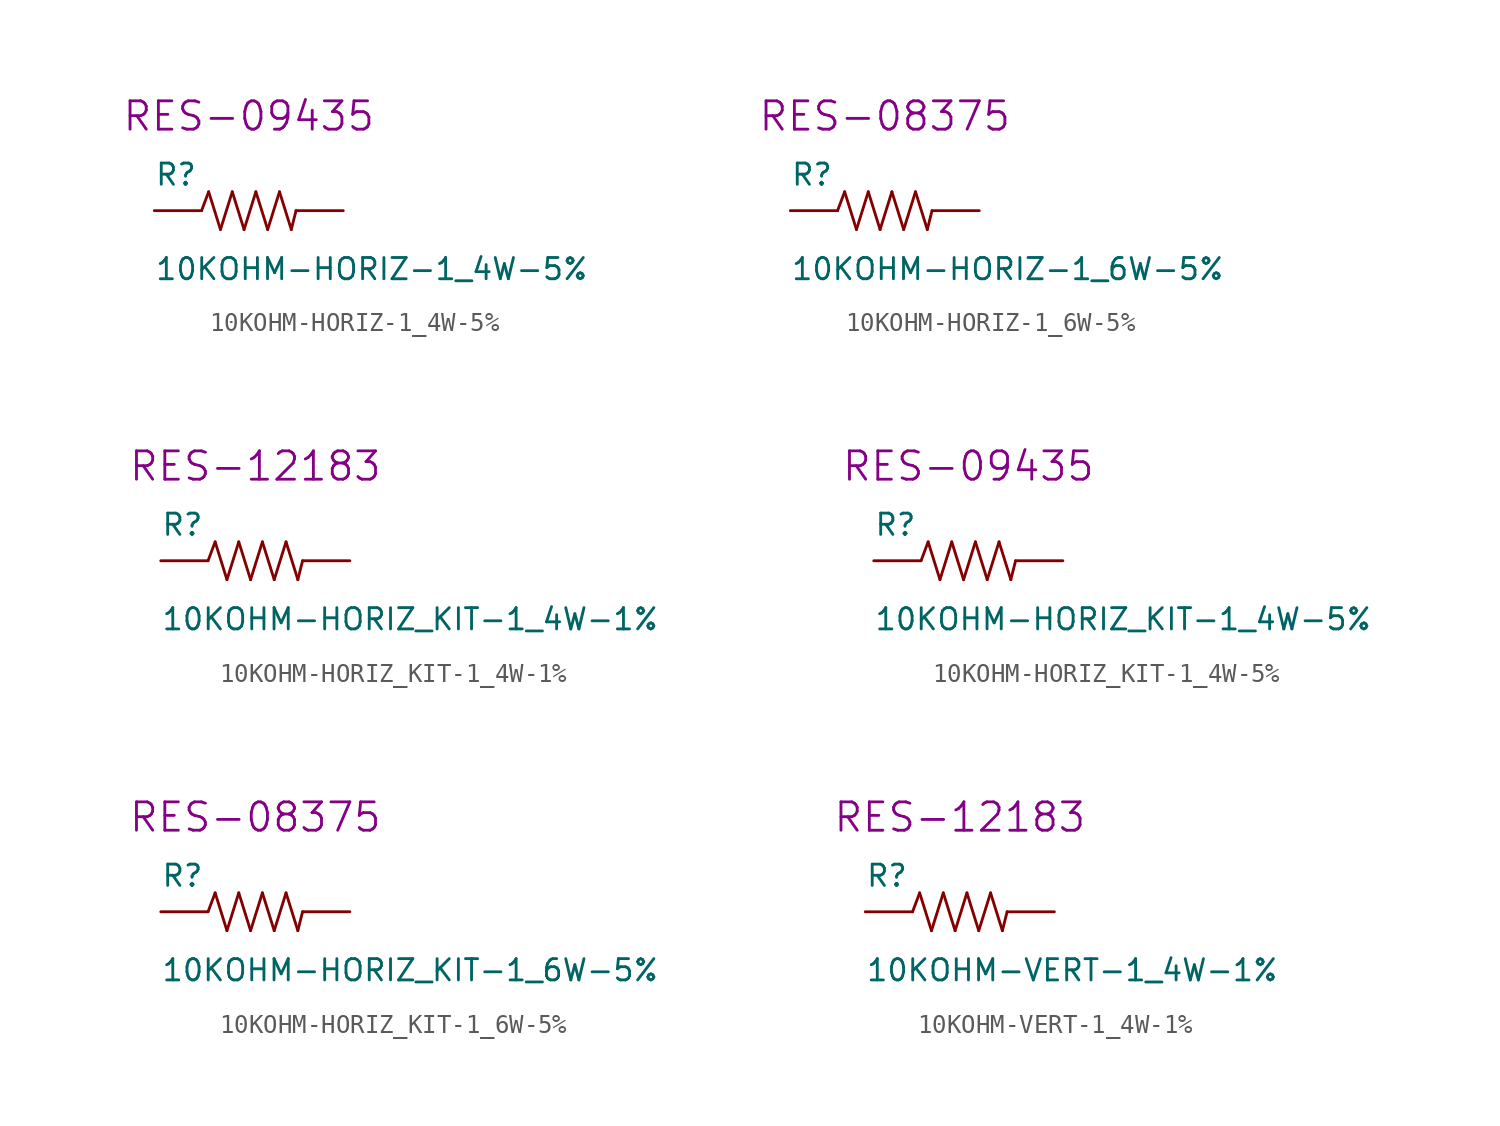
<source format=kicad_sym>
(kicad_symbol_lib
  (version 20220914)
  (generator kicad_symbol_editor)
  (symbol "10KOHM-HORIZ-1_4W-5%"
    (pin_numbers hide)
    (pin_names
      (offset 1.016) hide)
    (property "Reference" "R"
      (at -5.08 1.27 0)
      (effects (font (size 1.143 1.143)) (justify left bottom)))
    (property "Value" "10KOHM-HORIZ-1_4W-5%"
      (at -5.08 -3.81 0)
      (effects (font (size 1.143 1.143)) (justify left bottom)))
    (property "Field4" "RES-09435"
      (at 0 5.08 0)
      (effects (font (size 1.524 1.524))))
    (property "ki_locked" ""
      (at 0 0 0)
      (effects (font (size 1.27 1.27))))
    (symbol "10KOHM-HORIZ-1_4W-5%_1_0"
      (polyline (pts (xy -2.54 0) (xy -2.159 1.016)) (stroke (width 0) (type solid)) (fill (type none)))
      (polyline (pts (xy -2.159 1.016) (xy -1.524 -1.016)) (stroke (width 0) (type solid)) (fill (type none)))
      (polyline (pts (xy -1.524 -1.016) (xy -0.889 1.016)) (stroke (width 0) (type solid)) (fill (type none)))
      (polyline (pts (xy -0.889 1.016) (xy -0.254 -1.016)) (stroke (width 0) (type solid)) (fill (type none)))
      (polyline (pts (xy -0.254 -1.016) (xy 0.381 1.016)) (stroke (width 0) (type solid)) (fill (type none)))
      (polyline (pts (xy 0.381 1.016) (xy 1.016 -1.016)) (stroke (width 0) (type solid)) (fill (type none)))
      (polyline (pts (xy 1.016 -1.016) (xy 1.651 1.016)) (stroke (width 0) (type solid)) (fill (type none)))
      (polyline (pts (xy 1.651 1.016) (xy 2.286 -1.016)) (stroke (width 0) (type solid)) (fill (type none)))
      (polyline (pts (xy 2.286 -1.016) (xy 2.54 0)) (stroke (width 0) (type solid)) (fill (type none))))
    (symbol "10KOHM-HORIZ-1_4W-5%_1_1"
      (pin passive line (at -5.08 0 0) (length 2.54) (name "1" (effects (font (size 1.016 1.016)))) (number "P$1" (effects (font (size 1.016 1.016)))))
      (pin passive line (at 5.08 0 180) (length 2.54) (name "2" (effects (font (size 1.016 1.016)))) (number "P$2" (effects (font (size 1.016 1.016)))))))
  (symbol "10KOHM-HORIZ-1_6W-5%"
    (pin_numbers hide)
    (pin_names
      (offset 1.016) hide)
    (property "Reference" "R"
      (at -5.08 1.27 0)
      (effects (font (size 1.143 1.143)) (justify left bottom)))
    (property "Value" "10KOHM-HORIZ-1_6W-5%"
      (at -5.08 -3.81 0)
      (effects (font (size 1.143 1.143)) (justify left bottom)))
    (property "Field4" "RES-08375"
      (at 0 5.08 0)
      (effects (font (size 1.524 1.524))))
    (property "ki_locked" ""
      (at 0 0 0)
      (effects (font (size 1.27 1.27))))
    (symbol "10KOHM-HORIZ-1_6W-5%_1_0"
      (polyline (pts (xy -2.54 0) (xy -2.159 1.016)) (stroke (width 0) (type solid)) (fill (type none)))
      (polyline (pts (xy -2.159 1.016) (xy -1.524 -1.016)) (stroke (width 0) (type solid)) (fill (type none)))
      (polyline (pts (xy -1.524 -1.016) (xy -0.889 1.016)) (stroke (width 0) (type solid)) (fill (type none)))
      (polyline (pts (xy -0.889 1.016) (xy -0.254 -1.016)) (stroke (width 0) (type solid)) (fill (type none)))
      (polyline (pts (xy -0.254 -1.016) (xy 0.381 1.016)) (stroke (width 0) (type solid)) (fill (type none)))
      (polyline (pts (xy 0.381 1.016) (xy 1.016 -1.016)) (stroke (width 0) (type solid)) (fill (type none)))
      (polyline (pts (xy 1.016 -1.016) (xy 1.651 1.016)) (stroke (width 0) (type solid)) (fill (type none)))
      (polyline (pts (xy 1.651 1.016) (xy 2.286 -1.016)) (stroke (width 0) (type solid)) (fill (type none)))
      (polyline (pts (xy 2.286 -1.016) (xy 2.54 0)) (stroke (width 0) (type solid)) (fill (type none))))
    (symbol "10KOHM-HORIZ-1_6W-5%_1_1"
      (pin passive line (at -5.08 0 0) (length 2.54) (name "1" (effects (font (size 1.016 1.016)))) (number "P$1" (effects (font (size 1.016 1.016)))))
      (pin passive line (at 5.08 0 180) (length 2.54) (name "2" (effects (font (size 1.016 1.016)))) (number "P$2" (effects (font (size 1.016 1.016)))))))
  (symbol "10KOHM-HORIZ_KIT-1_4W-1%"
    (pin_numbers hide)
    (pin_names
      (offset 1.016) hide)
    (property "Reference" "R"
      (at -5.08 1.27 0)
      (effects (font (size 1.143 1.143)) (justify left bottom)))
    (property "Value" "10KOHM-HORIZ_KIT-1_4W-1%"
      (at -5.08 -3.81 0)
      (effects (font (size 1.143 1.143)) (justify left bottom)))
    (property "Field4" "RES-12183"
      (at 0 5.08 0)
      (effects (font (size 1.524 1.524))))
    (property "ki_locked" ""
      (at 0 0 0)
      (effects (font (size 1.27 1.27))))
    (symbol "10KOHM-HORIZ_KIT-1_4W-1%_1_0"
      (polyline (pts (xy -2.54 0) (xy -2.159 1.016)) (stroke (width 0) (type solid)) (fill (type none)))
      (polyline (pts (xy -2.159 1.016) (xy -1.524 -1.016)) (stroke (width 0) (type solid)) (fill (type none)))
      (polyline (pts (xy -1.524 -1.016) (xy -0.889 1.016)) (stroke (width 0) (type solid)) (fill (type none)))
      (polyline (pts (xy -0.889 1.016) (xy -0.254 -1.016)) (stroke (width 0) (type solid)) (fill (type none)))
      (polyline (pts (xy -0.254 -1.016) (xy 0.381 1.016)) (stroke (width 0) (type solid)) (fill (type none)))
      (polyline (pts (xy 0.381 1.016) (xy 1.016 -1.016)) (stroke (width 0) (type solid)) (fill (type none)))
      (polyline (pts (xy 1.016 -1.016) (xy 1.651 1.016)) (stroke (width 0) (type solid)) (fill (type none)))
      (polyline (pts (xy 1.651 1.016) (xy 2.286 -1.016)) (stroke (width 0) (type solid)) (fill (type none)))
      (polyline (pts (xy 2.286 -1.016) (xy 2.54 0)) (stroke (width 0) (type solid)) (fill (type none))))
    (symbol "10KOHM-HORIZ_KIT-1_4W-1%_1_1"
      (pin passive line (at -5.08 0 0) (length 2.54) (name "1" (effects (font (size 1.016 1.016)))) (number "P$1" (effects (font (size 1.016 1.016)))))
      (pin passive line (at 5.08 0 180) (length 2.54) (name "2" (effects (font (size 1.016 1.016)))) (number "P$2" (effects (font (size 1.016 1.016)))))))
  (symbol "10KOHM-HORIZ_KIT-1_4W-5%"
    (pin_numbers hide)
    (pin_names
      (offset 1.016) hide)
    (property "Reference" "R"
      (at -5.08 1.27 0)
      (effects (font (size 1.143 1.143)) (justify left bottom)))
    (property "Value" "10KOHM-HORIZ_KIT-1_4W-5%"
      (at -5.08 -3.81 0)
      (effects (font (size 1.143 1.143)) (justify left bottom)))
    (property "Field4" "RES-09435"
      (at 0 5.08 0)
      (effects (font (size 1.524 1.524))))
    (property "ki_locked" ""
      (at 0 0 0)
      (effects (font (size 1.27 1.27))))
    (symbol "10KOHM-HORIZ_KIT-1_4W-5%_1_0"
      (polyline (pts (xy -2.54 0) (xy -2.159 1.016)) (stroke (width 0) (type solid)) (fill (type none)))
      (polyline (pts (xy -2.159 1.016) (xy -1.524 -1.016)) (stroke (width 0) (type solid)) (fill (type none)))
      (polyline (pts (xy -1.524 -1.016) (xy -0.889 1.016)) (stroke (width 0) (type solid)) (fill (type none)))
      (polyline (pts (xy -0.889 1.016) (xy -0.254 -1.016)) (stroke (width 0) (type solid)) (fill (type none)))
      (polyline (pts (xy -0.254 -1.016) (xy 0.381 1.016)) (stroke (width 0) (type solid)) (fill (type none)))
      (polyline (pts (xy 0.381 1.016) (xy 1.016 -1.016)) (stroke (width 0) (type solid)) (fill (type none)))
      (polyline (pts (xy 1.016 -1.016) (xy 1.651 1.016)) (stroke (width 0) (type solid)) (fill (type none)))
      (polyline (pts (xy 1.651 1.016) (xy 2.286 -1.016)) (stroke (width 0) (type solid)) (fill (type none)))
      (polyline (pts (xy 2.286 -1.016) (xy 2.54 0)) (stroke (width 0) (type solid)) (fill (type none))))
    (symbol "10KOHM-HORIZ_KIT-1_4W-5%_1_1"
      (pin passive line (at -5.08 0 0) (length 2.54) (name "1" (effects (font (size 1.016 1.016)))) (number "P$1" (effects (font (size 1.016 1.016)))))
      (pin passive line (at 5.08 0 180) (length 2.54) (name "2" (effects (font (size 1.016 1.016)))) (number "P$2" (effects (font (size 1.016 1.016)))))))
  (symbol "10KOHM-HORIZ_KIT-1_6W-5%"
    (pin_numbers hide)
    (pin_names
      (offset 1.016) hide)
    (property "Reference" "R"
      (at -5.08 1.27 0)
      (effects (font (size 1.143 1.143)) (justify left bottom)))
    (property "Value" "10KOHM-HORIZ_KIT-1_6W-5%"
      (at -5.08 -3.81 0)
      (effects (font (size 1.143 1.143)) (justify left bottom)))
    (property "Field4" "RES-08375"
      (at 0 5.08 0)
      (effects (font (size 1.524 1.524))))
    (property "ki_locked" ""
      (at 0 0 0)
      (effects (font (size 1.27 1.27))))
    (symbol "10KOHM-HORIZ_KIT-1_6W-5%_1_0"
      (polyline (pts (xy -2.54 0) (xy -2.159 1.016)) (stroke (width 0) (type solid)) (fill (type none)))
      (polyline (pts (xy -2.159 1.016) (xy -1.524 -1.016)) (stroke (width 0) (type solid)) (fill (type none)))
      (polyline (pts (xy -1.524 -1.016) (xy -0.889 1.016)) (stroke (width 0) (type solid)) (fill (type none)))
      (polyline (pts (xy -0.889 1.016) (xy -0.254 -1.016)) (stroke (width 0) (type solid)) (fill (type none)))
      (polyline (pts (xy -0.254 -1.016) (xy 0.381 1.016)) (stroke (width 0) (type solid)) (fill (type none)))
      (polyline (pts (xy 0.381 1.016) (xy 1.016 -1.016)) (stroke (width 0) (type solid)) (fill (type none)))
      (polyline (pts (xy 1.016 -1.016) (xy 1.651 1.016)) (stroke (width 0) (type solid)) (fill (type none)))
      (polyline (pts (xy 1.651 1.016) (xy 2.286 -1.016)) (stroke (width 0) (type solid)) (fill (type none)))
      (polyline (pts (xy 2.286 -1.016) (xy 2.54 0)) (stroke (width 0) (type solid)) (fill (type none))))
    (symbol "10KOHM-HORIZ_KIT-1_6W-5%_1_1"
      (pin passive line (at -5.08 0 0) (length 2.54) (name "1" (effects (font (size 1.016 1.016)))) (number "P$1" (effects (font (size 1.016 1.016)))))
      (pin passive line (at 5.08 0 180) (length 2.54) (name "2" (effects (font (size 1.016 1.016)))) (number "P$2" (effects (font (size 1.016 1.016)))))))
  (symbol "10KOHM-VERT-1_4W-1%"
    (pin_numbers hide)
    (pin_names
      (offset 1.016) hide)
    (property "Reference" "R"
      (at -5.08 1.27 0)
      (effects (font (size 1.143 1.143)) (justify left bottom)))
    (property "Value" "10KOHM-VERT-1_4W-1%"
      (at -5.08 -3.81 0)
      (effects (font (size 1.143 1.143)) (justify left bottom)))
    (property "Field4" "RES-12183"
      (at 0 5.08 0)
      (effects (font (size 1.524 1.524))))
    (property "ki_locked" ""
      (at 0 0 0)
      (effects (font (size 1.27 1.27))))
    (symbol "10KOHM-VERT-1_4W-1%_1_0"
      (polyline (pts (xy -2.54 0) (xy -2.159 1.016)) (stroke (width 0) (type solid)) (fill (type none)))
      (polyline (pts (xy -2.159 1.016) (xy -1.524 -1.016)) (stroke (width 0) (type solid)) (fill (type none)))
      (polyline (pts (xy -1.524 -1.016) (xy -0.889 1.016)) (stroke (width 0) (type solid)) (fill (type none)))
      (polyline (pts (xy -0.889 1.016) (xy -0.254 -1.016)) (stroke (width 0) (type solid)) (fill (type none)))
      (polyline (pts (xy -0.254 -1.016) (xy 0.381 1.016)) (stroke (width 0) (type solid)) (fill (type none)))
      (polyline (pts (xy 0.381 1.016) (xy 1.016 -1.016)) (stroke (width 0) (type solid)) (fill (type none)))
      (polyline (pts (xy 1.016 -1.016) (xy 1.651 1.016)) (stroke (width 0) (type solid)) (fill (type none)))
      (polyline (pts (xy 1.651 1.016) (xy 2.286 -1.016)) (stroke (width 0) (type solid)) (fill (type none)))
      (polyline (pts (xy 2.286 -1.016) (xy 2.54 0)) (stroke (width 0) (type solid)) (fill (type none))))
    (symbol "10KOHM-VERT-1_4W-1%_1_1"
      (pin passive line (at -5.08 0 0) (length 2.54) (name "1" (effects (font (size 1.016 1.016)))) (number "P$1" (effects (font (size 1.016 1.016)))))
      (pin passive line (at 5.08 0 180) (length 2.54) (name "2" (effects (font (size 1.016 1.016)))) (number "P$2" (effects (font (size 1.016 1.016))))))))
</source>
